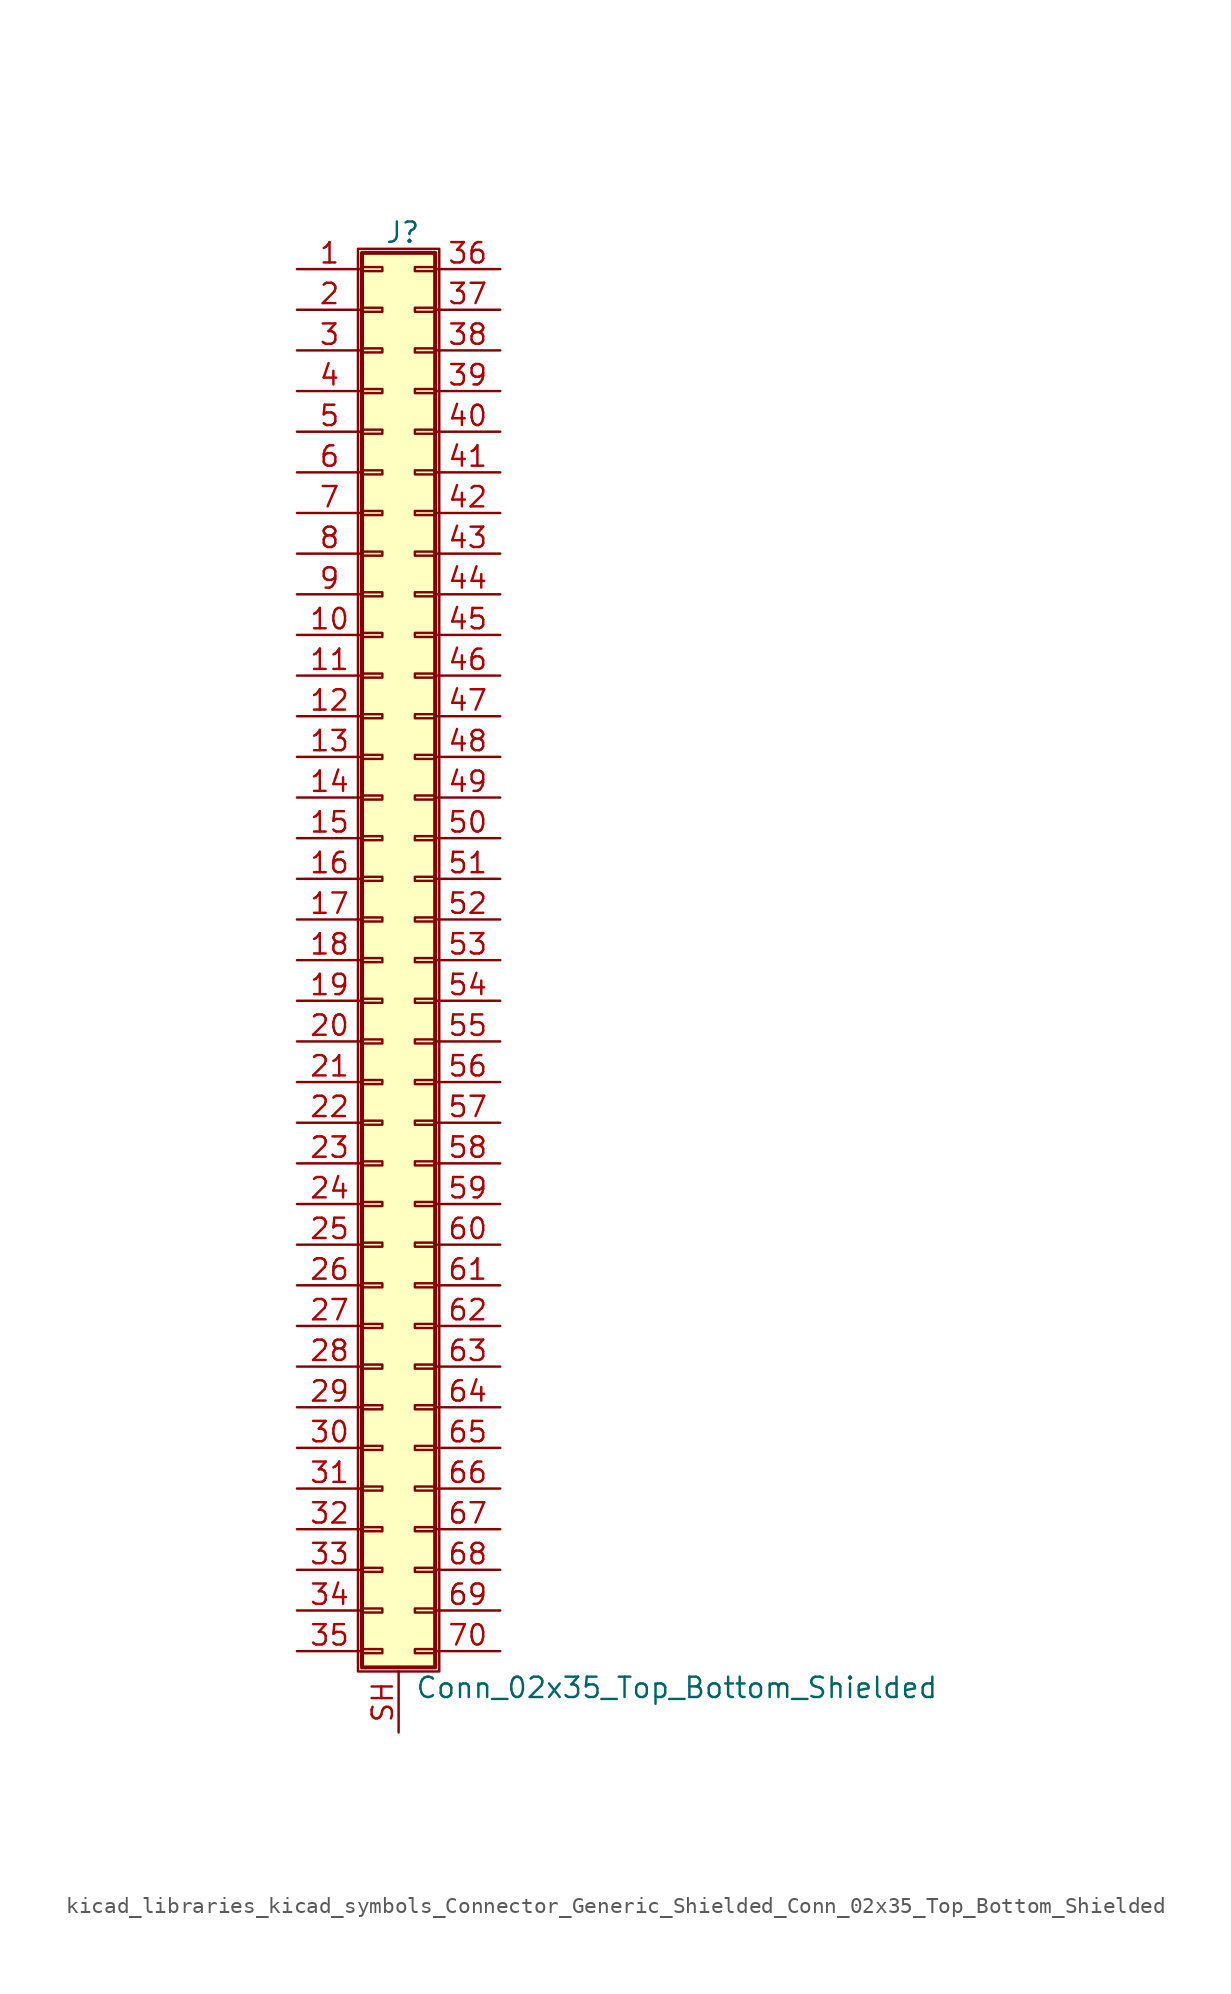
<source format=kicad_sym>
(kicad_symbol_lib
  (version 20220914)
  (generator kicad_symbol_editor)
  (symbol "kicad_libraries_kicad_symbols_Connector_Generic_Shielded_Conn_02x35_Top_Bottom_Shielded"
    (pin_names
      (offset 1.016) hide)
    (property "Reference" "J"
      (at 1.524 45.466 0)
      (effects (font (size 1.27 1.27))))
    (property "Value" "Conn_02x35_Top_Bottom_Shielded"
      (at 2.286 -45.466 0)
      (effects (font (size 1.27 1.27)) (justify left)))
    (symbol "kicad_libraries_kicad_symbols_Connector_Generic_Shielded_Conn_02x35_Top_Bottom_Shielded_1_1"
      (rectangle (start -1.27 44.45) (end 3.81 -44.45) (stroke (width 0.152) (type default)) (fill (type none)))
      (rectangle (start -1.016 -43.053) (end 0.254 -43.307) (stroke (width 0.152) (type default)) (fill (type none)))
      (rectangle (start -1.016 -40.513) (end 0.254 -40.767) (stroke (width 0.152) (type default)) (fill (type none)))
      (rectangle (start -1.016 -37.973) (end 0.254 -38.227) (stroke (width 0.152) (type default)) (fill (type none)))
      (rectangle (start -1.016 -35.433) (end 0.254 -35.687) (stroke (width 0.152) (type default)) (fill (type none)))
      (rectangle (start -1.016 -32.893) (end 0.254 -33.147) (stroke (width 0.152) (type default)) (fill (type none)))
      (rectangle (start -1.016 -30.353) (end 0.254 -30.607) (stroke (width 0.152) (type default)) (fill (type none)))
      (rectangle (start -1.016 -27.813) (end 0.254 -28.067) (stroke (width 0.152) (type default)) (fill (type none)))
      (rectangle (start -1.016 -25.273) (end 0.254 -25.527) (stroke (width 0.152) (type default)) (fill (type none)))
      (rectangle (start -1.016 -22.733) (end 0.254 -22.987) (stroke (width 0.152) (type default)) (fill (type none)))
      (rectangle (start -1.016 -20.193) (end 0.254 -20.447) (stroke (width 0.152) (type default)) (fill (type none)))
      (rectangle (start -1.016 -17.653) (end 0.254 -17.907) (stroke (width 0.152) (type default)) (fill (type none)))
      (rectangle (start -1.016 -15.113) (end 0.254 -15.367) (stroke (width 0.152) (type default)) (fill (type none)))
      (rectangle (start -1.016 -12.573) (end 0.254 -12.827) (stroke (width 0.152) (type default)) (fill (type none)))
      (rectangle (start -1.016 -10.033) (end 0.254 -10.287) (stroke (width 0.152) (type default)) (fill (type none)))
      (rectangle (start -1.016 -7.493) (end 0.254 -7.747) (stroke (width 0.152) (type default)) (fill (type none)))
      (rectangle (start -1.016 -4.953) (end 0.254 -5.207) (stroke (width 0.152) (type default)) (fill (type none)))
      (rectangle (start -1.016 -2.413) (end 0.254 -2.667) (stroke (width 0.152) (type default)) (fill (type none)))
      (rectangle (start -1.016 0.127) (end 0.254 -0.127) (stroke (width 0.152) (type default)) (fill (type none)))
      (rectangle (start -1.016 2.667) (end 0.254 2.413) (stroke (width 0.152) (type default)) (fill (type none)))
      (rectangle (start -1.016 5.207) (end 0.254 4.953) (stroke (width 0.152) (type default)) (fill (type none)))
      (rectangle (start -1.016 7.747) (end 0.254 7.493) (stroke (width 0.152) (type default)) (fill (type none)))
      (rectangle (start -1.016 10.287) (end 0.254 10.033) (stroke (width 0.152) (type default)) (fill (type none)))
      (rectangle (start -1.016 12.827) (end 0.254 12.573) (stroke (width 0.152) (type default)) (fill (type none)))
      (rectangle (start -1.016 15.367) (end 0.254 15.113) (stroke (width 0.152) (type default)) (fill (type none)))
      (rectangle (start -1.016 17.907) (end 0.254 17.653) (stroke (width 0.152) (type default)) (fill (type none)))
      (rectangle (start -1.016 20.447) (end 0.254 20.193) (stroke (width 0.152) (type default)) (fill (type none)))
      (rectangle (start -1.016 22.987) (end 0.254 22.733) (stroke (width 0.152) (type default)) (fill (type none)))
      (rectangle (start -1.016 25.527) (end 0.254 25.273) (stroke (width 0.152) (type default)) (fill (type none)))
      (rectangle (start -1.016 28.067) (end 0.254 27.813) (stroke (width 0.152) (type default)) (fill (type none)))
      (rectangle (start -1.016 30.607) (end 0.254 30.353) (stroke (width 0.152) (type default)) (fill (type none)))
      (rectangle (start -1.016 33.147) (end 0.254 32.893) (stroke (width 0.152) (type default)) (fill (type none)))
      (rectangle (start -1.016 35.687) (end 0.254 35.433) (stroke (width 0.152) (type default)) (fill (type none)))
      (rectangle (start -1.016 38.227) (end 0.254 37.973) (stroke (width 0.152) (type default)) (fill (type none)))
      (rectangle (start -1.016 40.767) (end 0.254 40.513) (stroke (width 0.152) (type default)) (fill (type none)))
      (rectangle (start -1.016 43.307) (end 0.254 43.053) (stroke (width 0.152) (type default)) (fill (type none)))
      (rectangle (start -1.016 44.196) (end 3.556 -44.196) (stroke (width 0.254) (type default)) (fill (type background)))
      (rectangle (start 3.556 -43.053) (end 2.286 -43.307) (stroke (width 0.152) (type default)) (fill (type none)))
      (rectangle (start 3.556 -40.513) (end 2.286 -40.767) (stroke (width 0.152) (type default)) (fill (type none)))
      (rectangle (start 3.556 -37.973) (end 2.286 -38.227) (stroke (width 0.152) (type default)) (fill (type none)))
      (rectangle (start 3.556 -35.433) (end 2.286 -35.687) (stroke (width 0.152) (type default)) (fill (type none)))
      (rectangle (start 3.556 -32.893) (end 2.286 -33.147) (stroke (width 0.152) (type default)) (fill (type none)))
      (rectangle (start 3.556 -30.353) (end 2.286 -30.607) (stroke (width 0.152) (type default)) (fill (type none)))
      (rectangle (start 3.556 -27.813) (end 2.286 -28.067) (stroke (width 0.152) (type default)) (fill (type none)))
      (rectangle (start 3.556 -25.273) (end 2.286 -25.527) (stroke (width 0.152) (type default)) (fill (type none)))
      (rectangle (start 3.556 -22.733) (end 2.286 -22.987) (stroke (width 0.152) (type default)) (fill (type none)))
      (rectangle (start 3.556 -20.193) (end 2.286 -20.447) (stroke (width 0.152) (type default)) (fill (type none)))
      (rectangle (start 3.556 -17.653) (end 2.286 -17.907) (stroke (width 0.152) (type default)) (fill (type none)))
      (rectangle (start 3.556 -15.113) (end 2.286 -15.367) (stroke (width 0.152) (type default)) (fill (type none)))
      (rectangle (start 3.556 -12.573) (end 2.286 -12.827) (stroke (width 0.152) (type default)) (fill (type none)))
      (rectangle (start 3.556 -10.033) (end 2.286 -10.287) (stroke (width 0.152) (type default)) (fill (type none)))
      (rectangle (start 3.556 -7.493) (end 2.286 -7.747) (stroke (width 0.152) (type default)) (fill (type none)))
      (rectangle (start 3.556 -4.953) (end 2.286 -5.207) (stroke (width 0.152) (type default)) (fill (type none)))
      (rectangle (start 3.556 -2.413) (end 2.286 -2.667) (stroke (width 0.152) (type default)) (fill (type none)))
      (rectangle (start 3.556 0.127) (end 2.286 -0.127) (stroke (width 0.152) (type default)) (fill (type none)))
      (rectangle (start 3.556 2.667) (end 2.286 2.413) (stroke (width 0.152) (type default)) (fill (type none)))
      (rectangle (start 3.556 5.207) (end 2.286 4.953) (stroke (width 0.152) (type default)) (fill (type none)))
      (rectangle (start 3.556 7.747) (end 2.286 7.493) (stroke (width 0.152) (type default)) (fill (type none)))
      (rectangle (start 3.556 10.287) (end 2.286 10.033) (stroke (width 0.152) (type default)) (fill (type none)))
      (rectangle (start 3.556 12.827) (end 2.286 12.573) (stroke (width 0.152) (type default)) (fill (type none)))
      (rectangle (start 3.556 15.367) (end 2.286 15.113) (stroke (width 0.152) (type default)) (fill (type none)))
      (rectangle (start 3.556 17.907) (end 2.286 17.653) (stroke (width 0.152) (type default)) (fill (type none)))
      (rectangle (start 3.556 20.447) (end 2.286 20.193) (stroke (width 0.152) (type default)) (fill (type none)))
      (rectangle (start 3.556 22.987) (end 2.286 22.733) (stroke (width 0.152) (type default)) (fill (type none)))
      (rectangle (start 3.556 25.527) (end 2.286 25.273) (stroke (width 0.152) (type default)) (fill (type none)))
      (rectangle (start 3.556 28.067) (end 2.286 27.813) (stroke (width 0.152) (type default)) (fill (type none)))
      (rectangle (start 3.556 30.607) (end 2.286 30.353) (stroke (width 0.152) (type default)) (fill (type none)))
      (rectangle (start 3.556 33.147) (end 2.286 32.893) (stroke (width 0.152) (type default)) (fill (type none)))
      (rectangle (start 3.556 35.687) (end 2.286 35.433) (stroke (width 0.152) (type default)) (fill (type none)))
      (rectangle (start 3.556 38.227) (end 2.286 37.973) (stroke (width 0.152) (type default)) (fill (type none)))
      (rectangle (start 3.556 40.767) (end 2.286 40.513) (stroke (width 0.152) (type default)) (fill (type none)))
      (rectangle (start 3.556 43.307) (end 2.286 43.053) (stroke (width 0.152) (type default)) (fill (type none)))
      (pin passive line (at -5.08 43.18 0) (length 4.064) (name "Pin_1" (effects (font (size 1.27 1.27)))) (number "1" (effects (font (size 1.27 1.27)))))
      (pin passive line (at -5.08 20.32 0) (length 4.064) (name "Pin_10" (effects (font (size 1.27 1.27)))) (number "10" (effects (font (size 1.27 1.27)))))
      (pin passive line (at -5.08 17.78 0) (length 4.064) (name "Pin_11" (effects (font (size 1.27 1.27)))) (number "11" (effects (font (size 1.27 1.27)))))
      (pin passive line (at -5.08 15.24 0) (length 4.064) (name "Pin_12" (effects (font (size 1.27 1.27)))) (number "12" (effects (font (size 1.27 1.27)))))
      (pin passive line (at -5.08 12.7 0) (length 4.064) (name "Pin_13" (effects (font (size 1.27 1.27)))) (number "13" (effects (font (size 1.27 1.27)))))
      (pin passive line (at -5.08 10.16 0) (length 4.064) (name "Pin_14" (effects (font (size 1.27 1.27)))) (number "14" (effects (font (size 1.27 1.27)))))
      (pin passive line (at -5.08 7.62 0) (length 4.064) (name "Pin_15" (effects (font (size 1.27 1.27)))) (number "15" (effects (font (size 1.27 1.27)))))
      (pin passive line (at -5.08 5.08 0) (length 4.064) (name "Pin_16" (effects (font (size 1.27 1.27)))) (number "16" (effects (font (size 1.27 1.27)))))
      (pin passive line (at -5.08 2.54 0) (length 4.064) (name "Pin_17" (effects (font (size 1.27 1.27)))) (number "17" (effects (font (size 1.27 1.27)))))
      (pin passive line (at -5.08 0 0) (length 4.064) (name "Pin_18" (effects (font (size 1.27 1.27)))) (number "18" (effects (font (size 1.27 1.27)))))
      (pin passive line (at -5.08 -2.54 0) (length 4.064) (name "Pin_19" (effects (font (size 1.27 1.27)))) (number "19" (effects (font (size 1.27 1.27)))))
      (pin passive line (at -5.08 40.64 0) (length 4.064) (name "Pin_2" (effects (font (size 1.27 1.27)))) (number "2" (effects (font (size 1.27 1.27)))))
      (pin passive line (at -5.08 -5.08 0) (length 4.064) (name "Pin_20" (effects (font (size 1.27 1.27)))) (number "20" (effects (font (size 1.27 1.27)))))
      (pin passive line (at -5.08 -7.62 0) (length 4.064) (name "Pin_21" (effects (font (size 1.27 1.27)))) (number "21" (effects (font (size 1.27 1.27)))))
      (pin passive line (at -5.08 -10.16 0) (length 4.064) (name "Pin_22" (effects (font (size 1.27 1.27)))) (number "22" (effects (font (size 1.27 1.27)))))
      (pin passive line (at -5.08 -12.7 0) (length 4.064) (name "Pin_23" (effects (font (size 1.27 1.27)))) (number "23" (effects (font (size 1.27 1.27)))))
      (pin passive line (at -5.08 -15.24 0) (length 4.064) (name "Pin_24" (effects (font (size 1.27 1.27)))) (number "24" (effects (font (size 1.27 1.27)))))
      (pin passive line (at -5.08 -17.78 0) (length 4.064) (name "Pin_25" (effects (font (size 1.27 1.27)))) (number "25" (effects (font (size 1.27 1.27)))))
      (pin passive line (at -5.08 -20.32 0) (length 4.064) (name "Pin_26" (effects (font (size 1.27 1.27)))) (number "26" (effects (font (size 1.27 1.27)))))
      (pin passive line (at -5.08 -22.86 0) (length 4.064) (name "Pin_27" (effects (font (size 1.27 1.27)))) (number "27" (effects (font (size 1.27 1.27)))))
      (pin passive line (at -5.08 -25.4 0) (length 4.064) (name "Pin_28" (effects (font (size 1.27 1.27)))) (number "28" (effects (font (size 1.27 1.27)))))
      (pin passive line (at -5.08 -27.94 0) (length 4.064) (name "Pin_29" (effects (font (size 1.27 1.27)))) (number "29" (effects (font (size 1.27 1.27)))))
      (pin passive line (at -5.08 38.1 0) (length 4.064) (name "Pin_3" (effects (font (size 1.27 1.27)))) (number "3" (effects (font (size 1.27 1.27)))))
      (pin passive line (at -5.08 -30.48 0) (length 4.064) (name "Pin_30" (effects (font (size 1.27 1.27)))) (number "30" (effects (font (size 1.27 1.27)))))
      (pin passive line (at -5.08 -33.02 0) (length 4.064) (name "Pin_31" (effects (font (size 1.27 1.27)))) (number "31" (effects (font (size 1.27 1.27)))))
      (pin passive line (at -5.08 -35.56 0) (length 4.064) (name "Pin_32" (effects (font (size 1.27 1.27)))) (number "32" (effects (font (size 1.27 1.27)))))
      (pin passive line (at -5.08 -38.1 0) (length 4.064) (name "Pin_33" (effects (font (size 1.27 1.27)))) (number "33" (effects (font (size 1.27 1.27)))))
      (pin passive line (at -5.08 -40.64 0) (length 4.064) (name "Pin_34" (effects (font (size 1.27 1.27)))) (number "34" (effects (font (size 1.27 1.27)))))
      (pin passive line (at -5.08 -43.18 0) (length 4.064) (name "Pin_35" (effects (font (size 1.27 1.27)))) (number "35" (effects (font (size 1.27 1.27)))))
      (pin passive line (at 7.62 43.18 180) (length 4.064) (name "Pin_36" (effects (font (size 1.27 1.27)))) (number "36" (effects (font (size 1.27 1.27)))))
      (pin passive line (at 7.62 40.64 180) (length 4.064) (name "Pin_37" (effects (font (size 1.27 1.27)))) (number "37" (effects (font (size 1.27 1.27)))))
      (pin passive line (at 7.62 38.1 180) (length 4.064) (name "Pin_38" (effects (font (size 1.27 1.27)))) (number "38" (effects (font (size 1.27 1.27)))))
      (pin passive line (at 7.62 35.56 180) (length 4.064) (name "Pin_39" (effects (font (size 1.27 1.27)))) (number "39" (effects (font (size 1.27 1.27)))))
      (pin passive line (at -5.08 35.56 0) (length 4.064) (name "Pin_4" (effects (font (size 1.27 1.27)))) (number "4" (effects (font (size 1.27 1.27)))))
      (pin passive line (at 7.62 33.02 180) (length 4.064) (name "Pin_40" (effects (font (size 1.27 1.27)))) (number "40" (effects (font (size 1.27 1.27)))))
      (pin passive line (at 7.62 30.48 180) (length 4.064) (name "Pin_41" (effects (font (size 1.27 1.27)))) (number "41" (effects (font (size 1.27 1.27)))))
      (pin passive line (at 7.62 27.94 180) (length 4.064) (name "Pin_42" (effects (font (size 1.27 1.27)))) (number "42" (effects (font (size 1.27 1.27)))))
      (pin passive line (at 7.62 25.4 180) (length 4.064) (name "Pin_43" (effects (font (size 1.27 1.27)))) (number "43" (effects (font (size 1.27 1.27)))))
      (pin passive line (at 7.62 22.86 180) (length 4.064) (name "Pin_44" (effects (font (size 1.27 1.27)))) (number "44" (effects (font (size 1.27 1.27)))))
      (pin passive line (at 7.62 20.32 180) (length 4.064) (name "Pin_45" (effects (font (size 1.27 1.27)))) (number "45" (effects (font (size 1.27 1.27)))))
      (pin passive line (at 7.62 17.78 180) (length 4.064) (name "Pin_46" (effects (font (size 1.27 1.27)))) (number "46" (effects (font (size 1.27 1.27)))))
      (pin passive line (at 7.62 15.24 180) (length 4.064) (name "Pin_47" (effects (font (size 1.27 1.27)))) (number "47" (effects (font (size 1.27 1.27)))))
      (pin passive line (at 7.62 12.7 180) (length 4.064) (name "Pin_48" (effects (font (size 1.27 1.27)))) (number "48" (effects (font (size 1.27 1.27)))))
      (pin passive line (at 7.62 10.16 180) (length 4.064) (name "Pin_49" (effects (font (size 1.27 1.27)))) (number "49" (effects (font (size 1.27 1.27)))))
      (pin passive line (at -5.08 33.02 0) (length 4.064) (name "Pin_5" (effects (font (size 1.27 1.27)))) (number "5" (effects (font (size 1.27 1.27)))))
      (pin passive line (at 7.62 7.62 180) (length 4.064) (name "Pin_50" (effects (font (size 1.27 1.27)))) (number "50" (effects (font (size 1.27 1.27)))))
      (pin passive line (at 7.62 5.08 180) (length 4.064) (name "Pin_51" (effects (font (size 1.27 1.27)))) (number "51" (effects (font (size 1.27 1.27)))))
      (pin passive line (at 7.62 2.54 180) (length 4.064) (name "Pin_52" (effects (font (size 1.27 1.27)))) (number "52" (effects (font (size 1.27 1.27)))))
      (pin passive line (at 7.62 0 180) (length 4.064) (name "Pin_53" (effects (font (size 1.27 1.27)))) (number "53" (effects (font (size 1.27 1.27)))))
      (pin passive line (at 7.62 -2.54 180) (length 4.064) (name "Pin_54" (effects (font (size 1.27 1.27)))) (number "54" (effects (font (size 1.27 1.27)))))
      (pin passive line (at 7.62 -5.08 180) (length 4.064) (name "Pin_55" (effects (font (size 1.27 1.27)))) (number "55" (effects (font (size 1.27 1.27)))))
      (pin passive line (at 7.62 -7.62 180) (length 4.064) (name "Pin_56" (effects (font (size 1.27 1.27)))) (number "56" (effects (font (size 1.27 1.27)))))
      (pin passive line (at 7.62 -10.16 180) (length 4.064) (name "Pin_57" (effects (font (size 1.27 1.27)))) (number "57" (effects (font (size 1.27 1.27)))))
      (pin passive line (at 7.62 -12.7 180) (length 4.064) (name "Pin_58" (effects (font (size 1.27 1.27)))) (number "58" (effects (font (size 1.27 1.27)))))
      (pin passive line (at 7.62 -15.24 180) (length 4.064) (name "Pin_59" (effects (font (size 1.27 1.27)))) (number "59" (effects (font (size 1.27 1.27)))))
      (pin passive line (at -5.08 30.48 0) (length 4.064) (name "Pin_6" (effects (font (size 1.27 1.27)))) (number "6" (effects (font (size 1.27 1.27)))))
      (pin passive line (at 7.62 -17.78 180) (length 4.064) (name "Pin_60" (effects (font (size 1.27 1.27)))) (number "60" (effects (font (size 1.27 1.27)))))
      (pin passive line (at 7.62 -20.32 180) (length 4.064) (name "Pin_61" (effects (font (size 1.27 1.27)))) (number "61" (effects (font (size 1.27 1.27)))))
      (pin passive line (at 7.62 -22.86 180) (length 4.064) (name "Pin_62" (effects (font (size 1.27 1.27)))) (number "62" (effects (font (size 1.27 1.27)))))
      (pin passive line (at 7.62 -25.4 180) (length 4.064) (name "Pin_63" (effects (font (size 1.27 1.27)))) (number "63" (effects (font (size 1.27 1.27)))))
      (pin passive line (at 7.62 -27.94 180) (length 4.064) (name "Pin_64" (effects (font (size 1.27 1.27)))) (number "64" (effects (font (size 1.27 1.27)))))
      (pin passive line (at 7.62 -30.48 180) (length 4.064) (name "Pin_65" (effects (font (size 1.27 1.27)))) (number "65" (effects (font (size 1.27 1.27)))))
      (pin passive line (at 7.62 -33.02 180) (length 4.064) (name "Pin_66" (effects (font (size 1.27 1.27)))) (number "66" (effects (font (size 1.27 1.27)))))
      (pin passive line (at 7.62 -35.56 180) (length 4.064) (name "Pin_67" (effects (font (size 1.27 1.27)))) (number "67" (effects (font (size 1.27 1.27)))))
      (pin passive line (at 7.62 -38.1 180) (length 4.064) (name "Pin_68" (effects (font (size 1.27 1.27)))) (number "68" (effects (font (size 1.27 1.27)))))
      (pin passive line (at 7.62 -40.64 180) (length 4.064) (name "Pin_69" (effects (font (size 1.27 1.27)))) (number "69" (effects (font (size 1.27 1.27)))))
      (pin passive line (at -5.08 27.94 0) (length 4.064) (name "Pin_7" (effects (font (size 1.27 1.27)))) (number "7" (effects (font (size 1.27 1.27)))))
      (pin passive line (at 7.62 -43.18 180) (length 4.064) (name "Pin_70" (effects (font (size 1.27 1.27)))) (number "70" (effects (font (size 1.27 1.27)))))
      (pin passive line (at -5.08 25.4 0) (length 4.064) (name "Pin_8" (effects (font (size 1.27 1.27)))) (number "8" (effects (font (size 1.27 1.27)))))
      (pin passive line (at -5.08 22.86 0) (length 4.064) (name "Pin_9" (effects (font (size 1.27 1.27)))) (number "9" (effects (font (size 1.27 1.27)))))
      (pin passive line (at 1.27 -48.26 90) (length 3.81) (name "Shield" (effects (font (size 1.27 1.27)))) (number "SH" (effects (font (size 1.27 1.27))))))))
</source>
